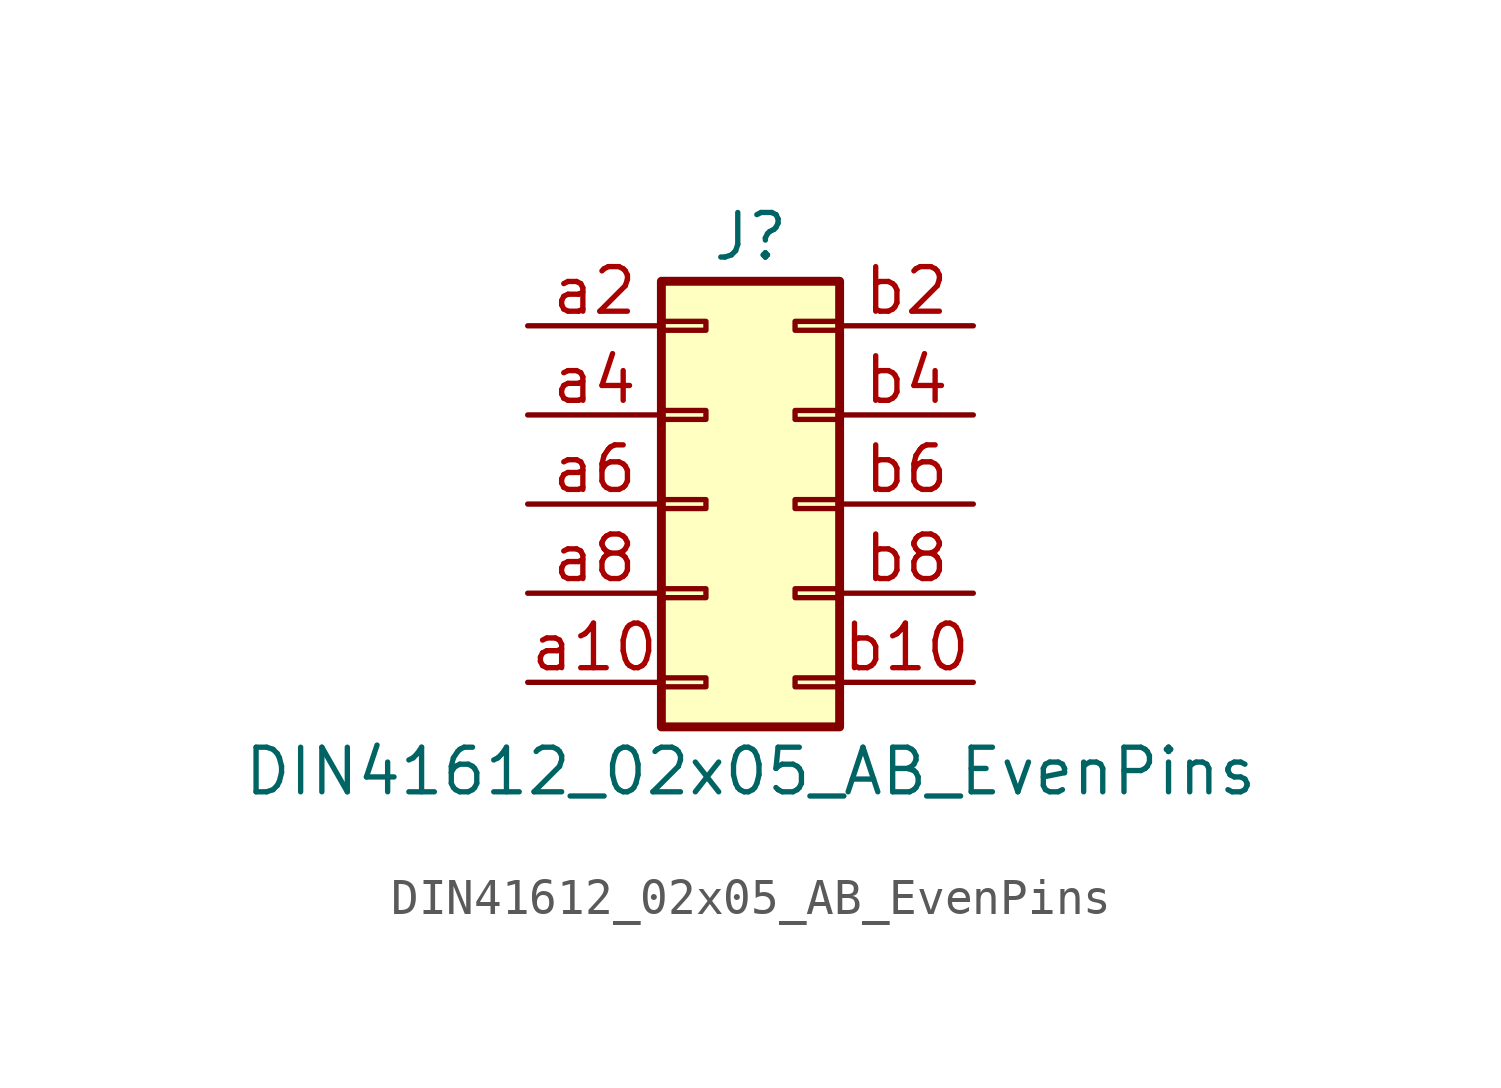
<source format=kicad_sym>
(kicad_symbol_lib
  (version 20211014)
  (generator kicad_symbol_editor)
  (symbol "DIN41612_02x05_AB_EvenPins"
    (pin_names
      (offset 1.016) hide)
    (property "Reference" "J"
      (at 1.27 7.62 0)
      (effects (font (size 1.27 1.27))))
    (property "Value" "DIN41612_02x05_AB_EvenPins"
      (at 1.27 -7.62 0)
      (effects (font (size 1.27 1.27))))
    (symbol "DIN41612_02x05_AB_EvenPins_1_1"
      (rectangle (start -1.27 -4.953) (end 0 -5.207) (stroke (width 0.152) (type default) (color 0 0 0 0)) (fill (type none)))
      (rectangle (start -1.27 -2.413) (end 0 -2.667) (stroke (width 0.152) (type default) (color 0 0 0 0)) (fill (type none)))
      (rectangle (start -1.27 0.127) (end 0 -0.127) (stroke (width 0.152) (type default) (color 0 0 0 0)) (fill (type none)))
      (rectangle (start -1.27 2.667) (end 0 2.413) (stroke (width 0.152) (type default) (color 0 0 0 0)) (fill (type none)))
      (rectangle (start -1.27 5.207) (end 0 4.953) (stroke (width 0.152) (type default) (color 0 0 0 0)) (fill (type none)))
      (rectangle (start -1.27 6.35) (end 3.81 -6.35) (stroke (width 0.254) (type default) (color 0 0 0 0)) (fill (type background)))
      (rectangle (start 3.81 -4.953) (end 2.54 -5.207) (stroke (width 0.152) (type default) (color 0 0 0 0)) (fill (type none)))
      (rectangle (start 3.81 -2.413) (end 2.54 -2.667) (stroke (width 0.152) (type default) (color 0 0 0 0)) (fill (type none)))
      (rectangle (start 3.81 0.127) (end 2.54 -0.127) (stroke (width 0.152) (type default) (color 0 0 0 0)) (fill (type none)))
      (rectangle (start 3.81 2.667) (end 2.54 2.413) (stroke (width 0.152) (type default) (color 0 0 0 0)) (fill (type none)))
      (rectangle (start 3.81 5.207) (end 2.54 4.953) (stroke (width 0.152) (type default) (color 0 0 0 0)) (fill (type none)))
      (pin passive line (at -5.08 -5.08 0) (length 3.81) (name "Pin_a10" (effects (font (size 1.27 1.27)))) (number "a10" (effects (font (size 1.27 1.27)))))
      (pin passive line (at -5.08 5.08 0) (length 3.81) (name "Pin_a2" (effects (font (size 1.27 1.27)))) (number "a2" (effects (font (size 1.27 1.27)))))
      (pin passive line (at -5.08 2.54 0) (length 3.81) (name "Pin_a4" (effects (font (size 1.27 1.27)))) (number "a4" (effects (font (size 1.27 1.27)))))
      (pin passive line (at -5.08 0 0) (length 3.81) (name "Pin_a6" (effects (font (size 1.27 1.27)))) (number "a6" (effects (font (size 1.27 1.27)))))
      (pin passive line (at -5.08 -2.54 0) (length 3.81) (name "Pin_a8" (effects (font (size 1.27 1.27)))) (number "a8" (effects (font (size 1.27 1.27)))))
      (pin passive line (at 7.62 -5.08 180) (length 3.81) (name "Pin_b10" (effects (font (size 1.27 1.27)))) (number "b10" (effects (font (size 1.27 1.27)))))
      (pin passive line (at 7.62 5.08 180) (length 3.81) (name "Pin_b2" (effects (font (size 1.27 1.27)))) (number "b2" (effects (font (size 1.27 1.27)))))
      (pin passive line (at 7.62 2.54 180) (length 3.81) (name "Pin_b4" (effects (font (size 1.27 1.27)))) (number "b4" (effects (font (size 1.27 1.27)))))
      (pin passive line (at 7.62 0 180) (length 3.81) (name "Pin_b6" (effects (font (size 1.27 1.27)))) (number "b6" (effects (font (size 1.27 1.27)))))
      (pin passive line (at 7.62 -2.54 180) (length 3.81) (name "Pin_b8" (effects (font (size 1.27 1.27)))) (number "b8" (effects (font (size 1.27 1.27))))))))
</source>
